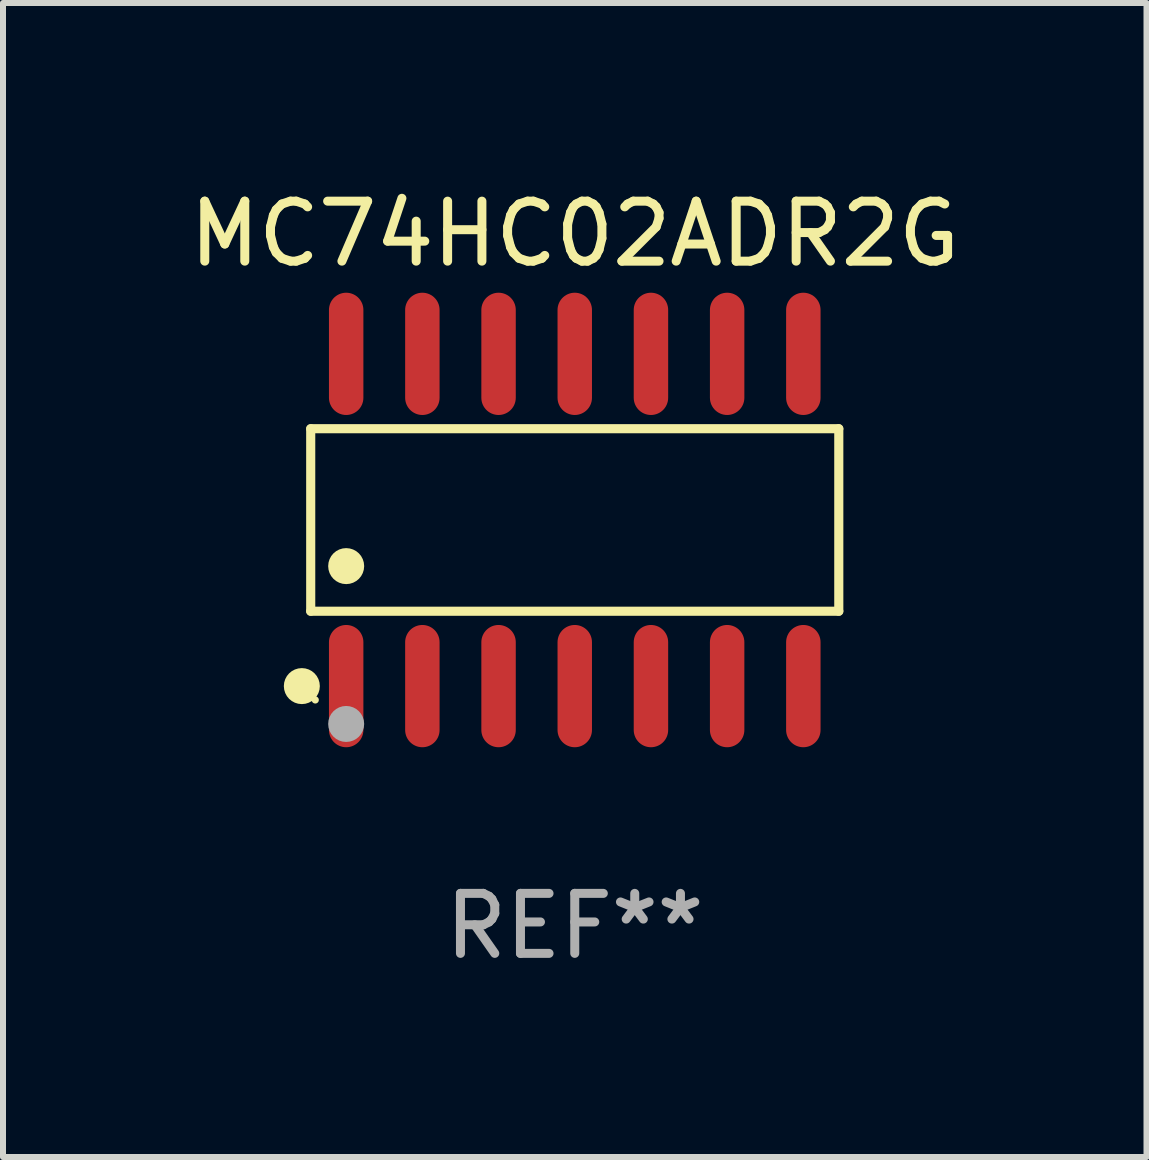
<source format=kicad_pcb>
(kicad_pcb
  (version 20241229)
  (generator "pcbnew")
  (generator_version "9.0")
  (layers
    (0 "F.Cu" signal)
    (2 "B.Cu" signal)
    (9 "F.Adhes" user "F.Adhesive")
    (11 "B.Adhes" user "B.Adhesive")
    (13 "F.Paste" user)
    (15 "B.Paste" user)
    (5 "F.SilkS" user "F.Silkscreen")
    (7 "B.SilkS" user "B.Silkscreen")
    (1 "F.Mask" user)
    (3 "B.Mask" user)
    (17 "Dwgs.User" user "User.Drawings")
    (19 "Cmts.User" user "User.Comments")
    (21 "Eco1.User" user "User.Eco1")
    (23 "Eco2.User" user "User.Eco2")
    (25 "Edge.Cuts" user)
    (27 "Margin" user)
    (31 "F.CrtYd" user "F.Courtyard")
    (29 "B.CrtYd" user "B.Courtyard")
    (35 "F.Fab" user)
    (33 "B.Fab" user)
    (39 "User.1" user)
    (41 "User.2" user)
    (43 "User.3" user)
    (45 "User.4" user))
  (footprint "MC74HC02ADR2G"
    (layer "F.Cu")
    (at 6.53 5.617)
    (property "Reference" "MC74HC02ADR2G" (at 0 -4.769 0) (layer "F.SilkS") (effects (font (size 1 1) (thickness 0.15))))
    (attr through_hole)
    (fp_line (start -4.401 -1.521) (end 4.401 -1.521) (stroke (width 0.152) (type solid)) (layer "F.SilkS"))
    (fp_line (start -4.401 1.521) (end -4.401 -1.521) (stroke (width 0.152) (type solid)) (layer "F.SilkS"))
    (fp_line (start 4.401 -1.521) (end 4.401 1.521) (stroke (width 0.152) (type solid)) (layer "F.SilkS"))
    (fp_line (start 4.401 1.521) (end -4.401 1.521) (stroke (width 0.152) (type solid)) (layer "F.SilkS"))
    (fp_circle (center -4.549 2.769) (end -4.399 2.769) (stroke (width 0.3) (type solid)) (fill no) (layer "F.SilkS"))
    (fp_circle (center -4.325 3) (end -4.295 3) (stroke (width 0.06) (type solid)) (fill no) (layer "F.SilkS"))
    (fp_circle (center -3.81 0.769) (end -3.66 0.769) (stroke (width 0.3) (type solid)) (fill no) (layer "F.SilkS"))
    (fp_circle (center -3.81 3.4) (end -3.66 3.4) (stroke (width 0.3) (type solid)) (fill no) (layer "F.Fab"))
    (fp_text user "REF**" (at 0 6.769 0) (layer "F.Fab") (effects (font (size 1 1) (thickness 0.15))))
    (pad "1" smd oval (at -3.81 2.769) (size 0.574 2.038) (layers "F.Cu" "F.Mask" "F.Paste"))
    (pad "2" smd oval (at -2.54 2.769) (size 0.574 2.038) (layers "F.Cu" "F.Mask" "F.Paste"))
    (pad "3" smd oval (at -1.27 2.769) (size 0.574 2.038) (layers "F.Cu" "F.Mask" "F.Paste"))
    (pad "4" smd oval (at 0 2.769) (size 0.574 2.038) (layers "F.Cu" "F.Mask" "F.Paste"))
    (pad "5" smd oval (at 1.27 2.769) (size 0.574 2.038) (layers "F.Cu" "F.Mask" "F.Paste"))
    (pad "6" smd oval (at 2.54 2.769) (size 0.574 2.038) (layers "F.Cu" "F.Mask" "F.Paste"))
    (pad "7" smd oval (at 3.81 2.769) (size 0.574 2.038) (layers "F.Cu" "F.Mask" "F.Paste"))
    (pad "8" smd oval (at 3.81 -2.769) (size 0.574 2.038) (layers "F.Cu" "F.Mask" "F.Paste"))
    (pad "9" smd oval (at 2.54 -2.769) (size 0.574 2.038) (layers "F.Cu" "F.Mask" "F.Paste"))
    (pad "10" smd oval (at 1.27 -2.769) (size 0.574 2.038) (layers "F.Cu" "F.Mask" "F.Paste"))
    (pad "11" smd oval (at 0 -2.769) (size 0.574 2.038) (layers "F.Cu" "F.Mask" "F.Paste"))
    (pad "12" smd oval (at -1.27 -2.769) (size 0.574 2.038) (layers "F.Cu" "F.Mask" "F.Paste"))
    (pad "13" smd oval (at -2.54 -2.769) (size 0.574 2.038) (layers "F.Cu" "F.Mask" "F.Paste"))
    (pad "14" smd oval (at -3.81 -2.769) (size 0.574 2.038) (layers "F.Cu" "F.Mask" "F.Paste")))
  (gr_rect
    (start -3 -3)
    (end 16.06 16.235)
    (stroke (width 0.1) (type default))
    (fill no)
    (layer "Edge.Cuts")))
</source>
